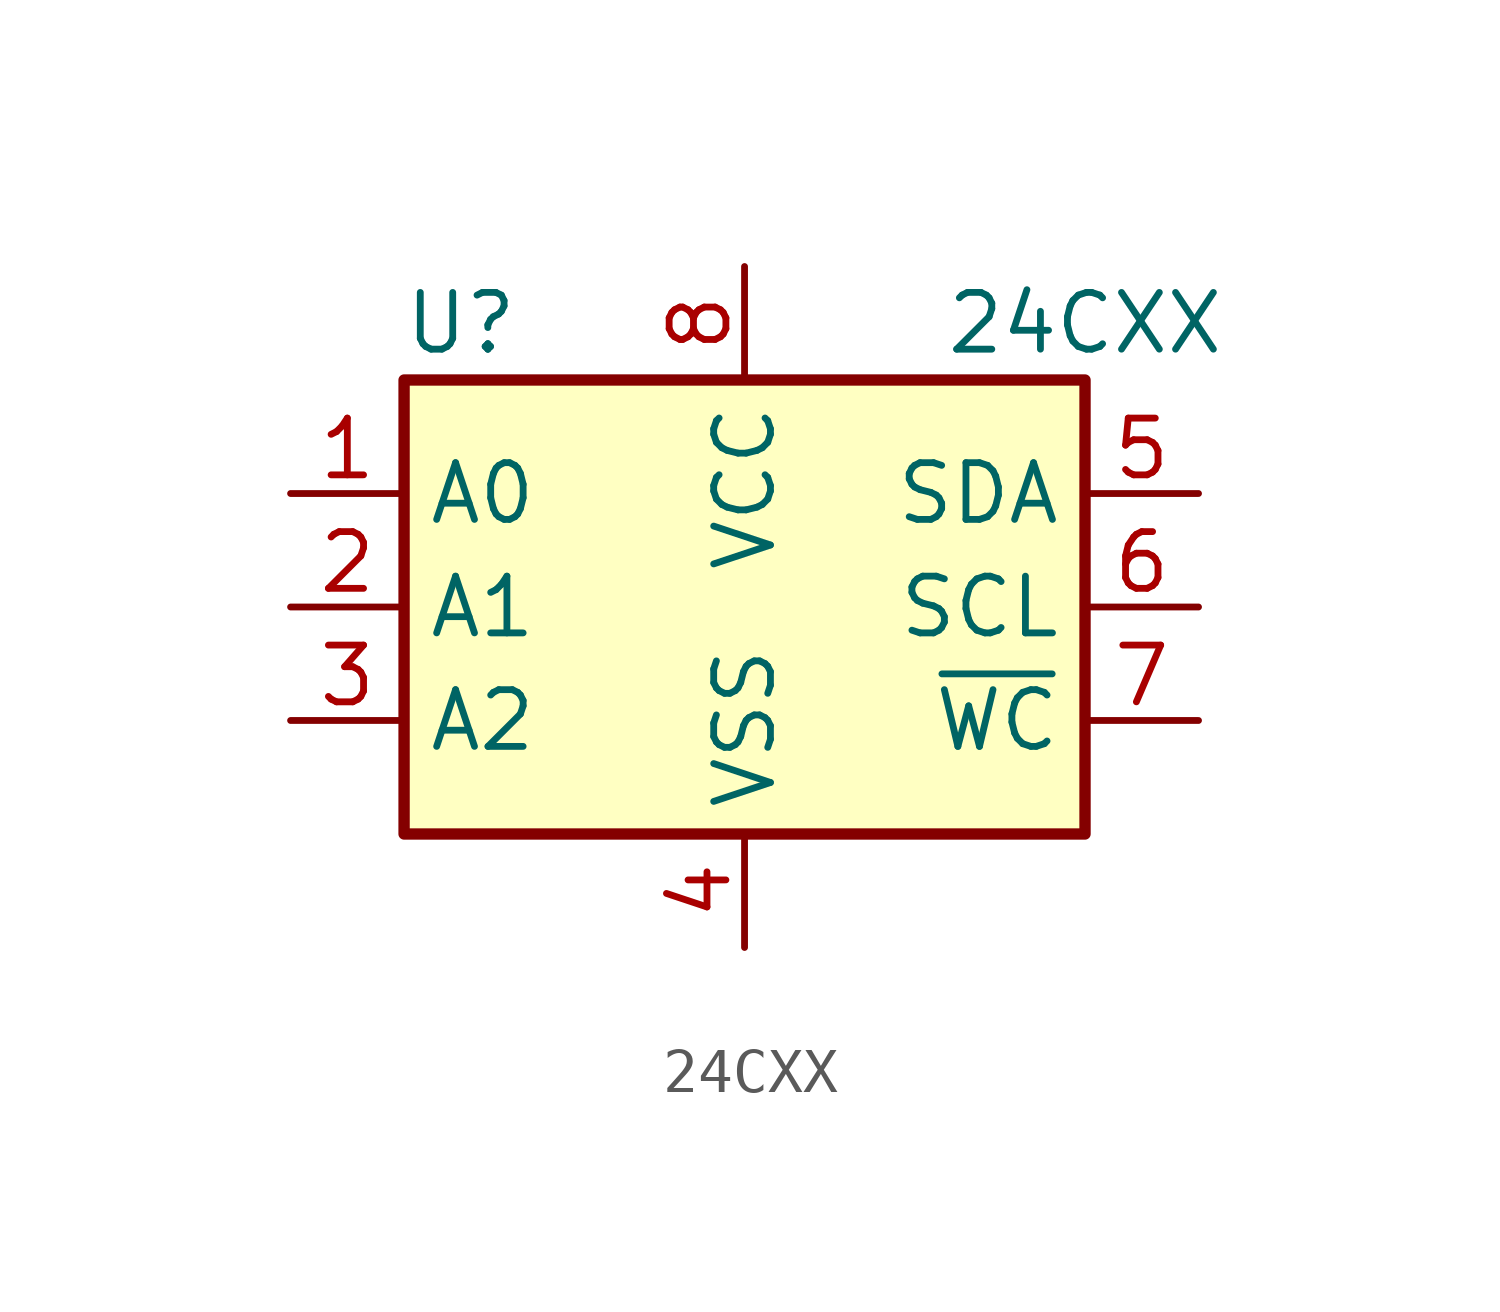
<source format=kicad_sym>
(kicad_symbol_lib
  (version 20231120)
  (generator "kicad_symbol_editor")
  (generator_version "8.0")
  (symbol "24CXX"
    (property "Reference" "U"
      (at -6.35 6.35 0)
      (effects (font (size 1.27 1.27))))
    (property "Value" "24CXX"
      (at 7.62 6.35 0)
      (effects (font (size 1.27 1.27))))
    (symbol "24CXX_0_1"
      (rectangle (start -7.62 5.08) (end 7.62 -5.08) (stroke (width 0.254) (type default)) (fill (type background))))
    (symbol "24CXX_1_1"
      (pin input line (at -10.16 2.54 0) (length 2.54) (name "A0" (effects (font (size 1.27 1.27)))) (number "1" (effects (font (size 1.27 1.27)))))
      (pin input line (at -10.16 0 0) (length 2.54) (name "A1" (effects (font (size 1.27 1.27)))) (number "2" (effects (font (size 1.27 1.27)))))
      (pin input line (at -10.16 -2.54 0) (length 2.54) (name "A2" (effects (font (size 1.27 1.27)))) (number "3" (effects (font (size 1.27 1.27)))))
      (pin power_in line (at 0 -7.62 90) (length 2.54) (name "VSS" (effects (font (size 1.27 1.27)))) (number "4" (effects (font (size 1.27 1.27)))))
      (pin bidirectional line (at 10.16 2.54 180) (length 2.54) (name "SDA" (effects (font (size 1.27 1.27)))) (number "5" (effects (font (size 1.27 1.27)))))
      (pin input line (at 10.16 0 180) (length 2.54) (name "SCL" (effects (font (size 1.27 1.27)))) (number "6" (effects (font (size 1.27 1.27)))))
      (pin input line (at 10.16 -2.54 180) (length 2.54) (name "~{WC}" (effects (font (size 1.27 1.27)))) (number "7" (effects (font (size 1.27 1.27)))))
      (pin power_in line (at 0 7.62 270) (length 2.54) (name "VCC" (effects (font (size 1.27 1.27)))) (number "8" (effects (font (size 1.27 1.27))))))))
</source>
